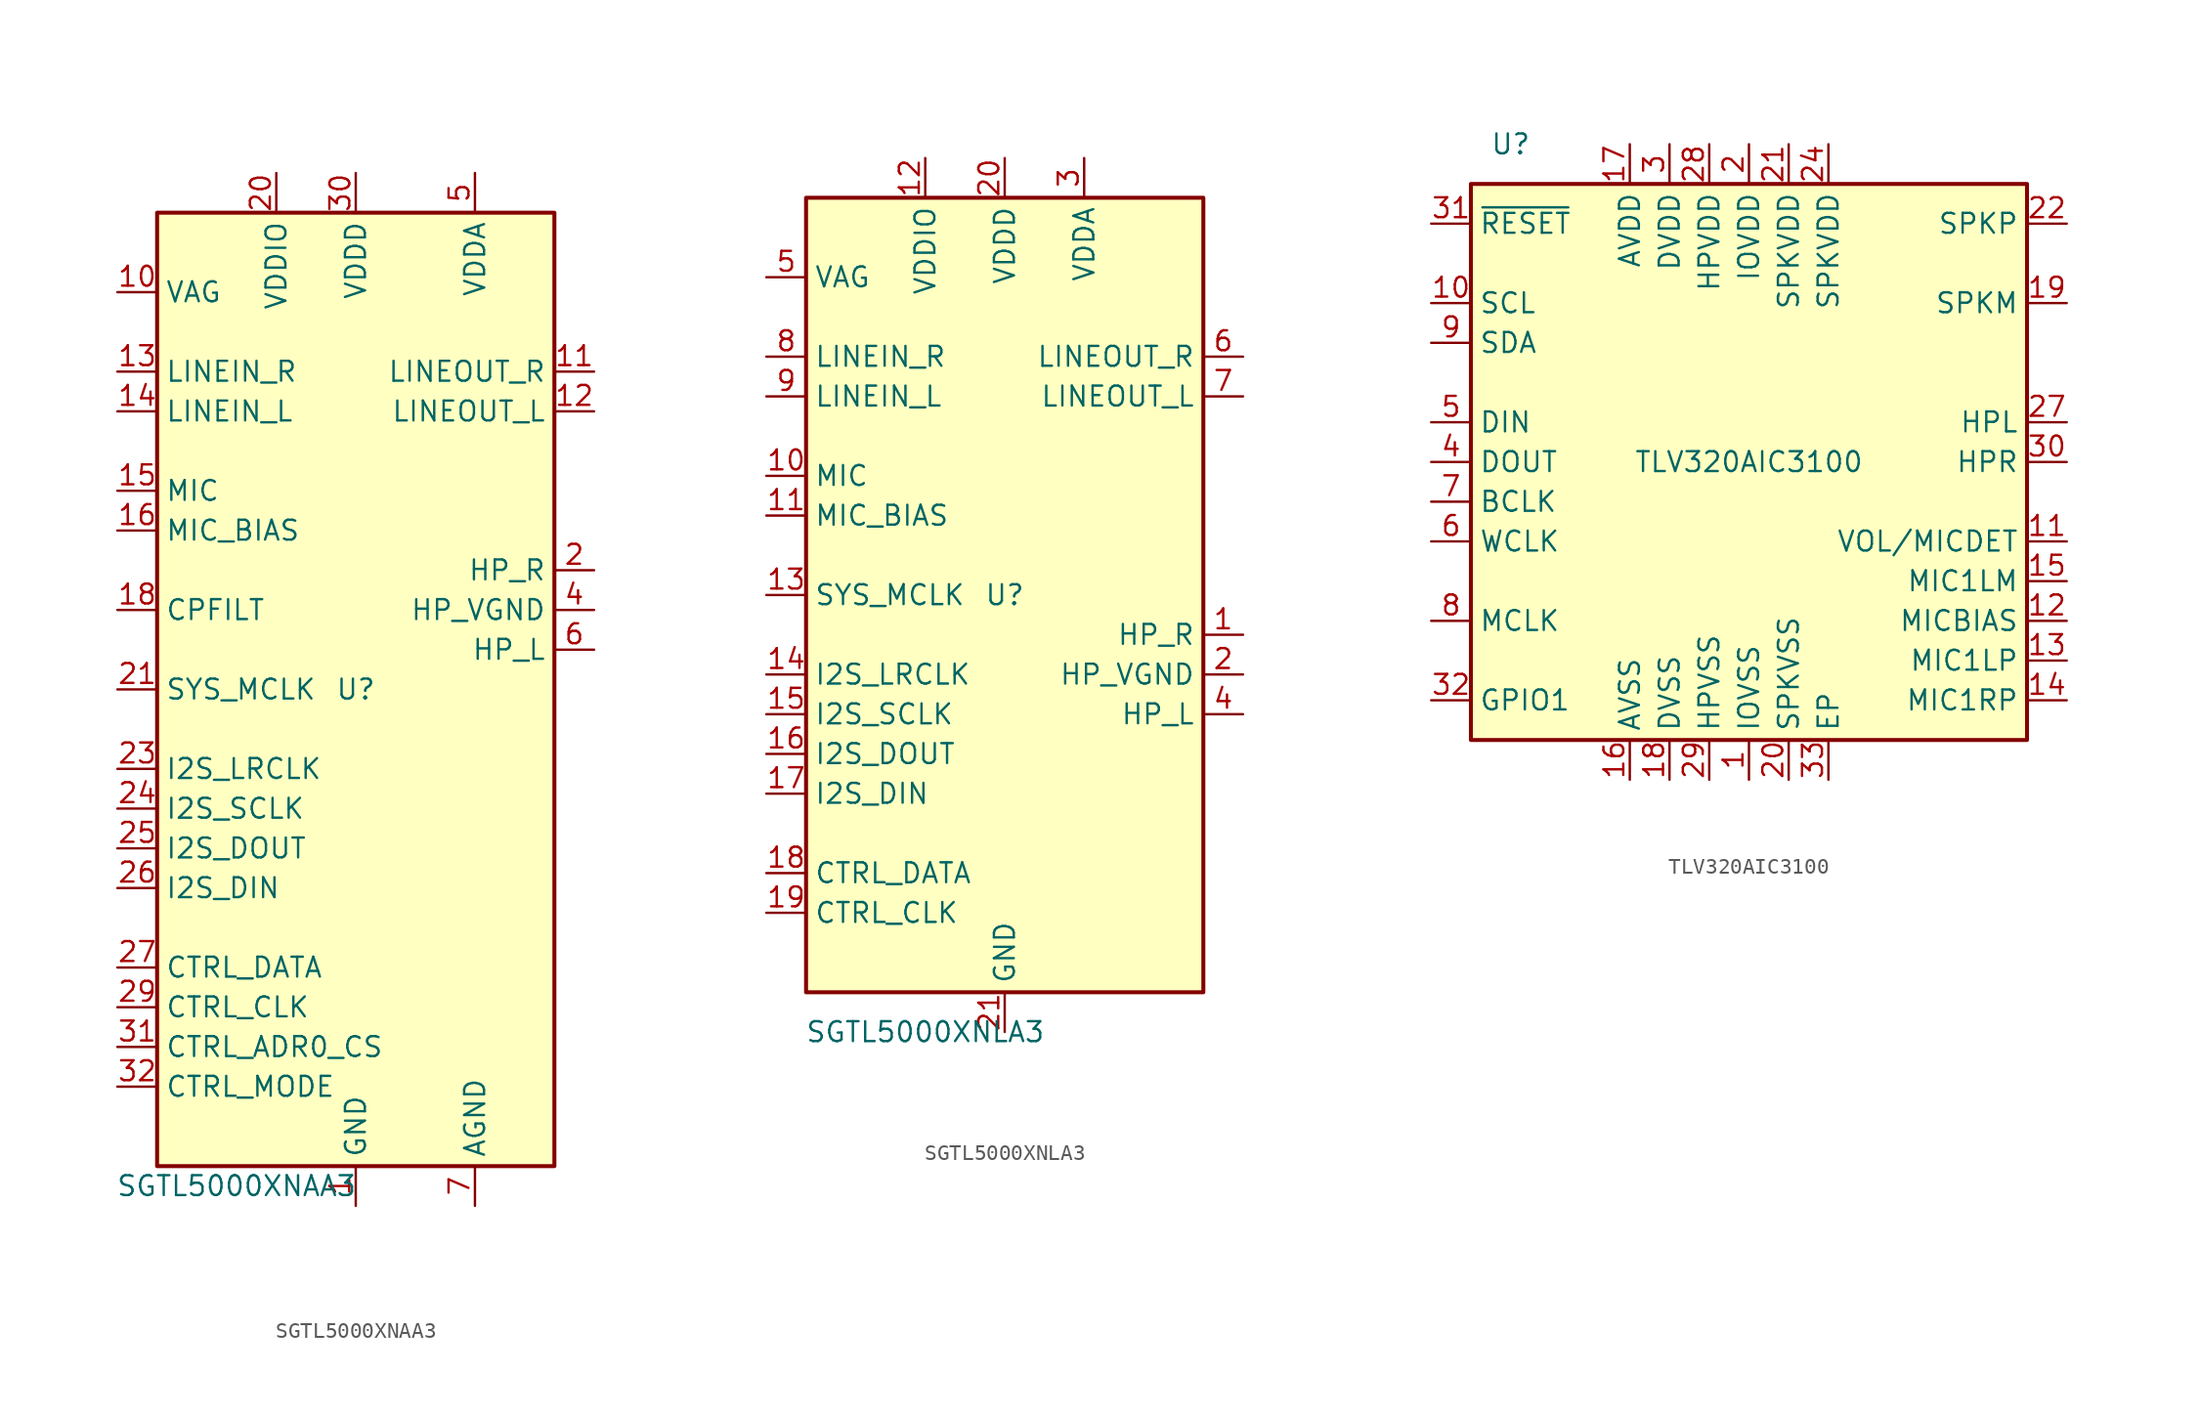
<source format=kicad_sym>
(kicad_symbol_lib
  (version 20201005)
  (generator kicad_symbol_editor)
  (symbol "SGTL5000XNAA3"
    (property "Reference" "U"
      (at 0 0 0)
      (effects (font (size 1.27 1.27))))
    (property "Value" "SGTL5000XNAA3"
      (at -7.62 -31.75 0)
      (effects (font (size 1.27 1.27))))
    (symbol "SGTL5000XNAA3_0_1"
      (rectangle (start -12.7 30.48) (end 12.7 -30.48) (stroke (width 0.254)) (fill (type background))))
    (symbol "SGTL5000XNAA3_1_1"
      (pin power_in line (at 0 -33.02 90) (length 2.54) (name "GND" (effects (font (size 1.27 1.27)))) (number "1" (effects (font (size 1.27 1.27)))))
      (pin passive line (at -15.24 25.4 0) (length 2.54) (name "VAG" (effects (font (size 1.27 1.27)))) (number "10" (effects (font (size 1.27 1.27)))))
      (pin output line (at 15.24 20.32 180) (length 2.54) (name "LINEOUT_R" (effects (font (size 1.27 1.27)))) (number "11" (effects (font (size 1.27 1.27)))))
      (pin output line (at 15.24 17.78 180) (length 2.54) (name "LINEOUT_L" (effects (font (size 1.27 1.27)))) (number "12" (effects (font (size 1.27 1.27)))))
      (pin input line (at -15.24 20.32 0) (length 2.54) (name "LINEIN_R" (effects (font (size 1.27 1.27)))) (number "13" (effects (font (size 1.27 1.27)))))
      (pin input line (at -15.24 17.78 0) (length 2.54) (name "LINEIN_L" (effects (font (size 1.27 1.27)))) (number "14" (effects (font (size 1.27 1.27)))))
      (pin input line (at -15.24 12.7 0) (length 2.54) (name "MIC" (effects (font (size 1.27 1.27)))) (number "15" (effects (font (size 1.27 1.27)))))
      (pin input line (at -15.24 10.16 0) (length 2.54) (name "MIC_BIAS" (effects (font (size 1.27 1.27)))) (number "16" (effects (font (size 1.27 1.27)))))
      (pin no_connect line (at 10.16 -20.32 0) (length 2.54) hide (name "NC" (effects (font (size 1.27 1.27)))) (number "17" (effects (font (size 1.27 1.27)))))
      (pin input line (at -15.24 5.08 0) (length 2.54) (name "CPFILT" (effects (font (size 1.27 1.27)))) (number "18" (effects (font (size 1.27 1.27)))))
      (pin no_connect line (at 10.16 -2.54 0) (length 2.54) hide (name "NC" (effects (font (size 1.27 1.27)))) (number "19" (effects (font (size 1.27 1.27)))))
      (pin output line (at 15.24 7.62 180) (length 2.54) (name "HP_R" (effects (font (size 1.27 1.27)))) (number "2" (effects (font (size 1.27 1.27)))))
      (pin power_in line (at -5.08 33.02 270) (length 2.54) (name "VDDIO" (effects (font (size 1.27 1.27)))) (number "20" (effects (font (size 1.27 1.27)))))
      (pin input line (at -15.24 0 0) (length 2.54) (name "SYS_MCLK" (effects (font (size 1.27 1.27)))) (number "21" (effects (font (size 1.27 1.27)))))
      (pin no_connect line (at 10.16 -5.08 0) (length 2.54) hide (name "NC" (effects (font (size 1.27 1.27)))) (number "22" (effects (font (size 1.27 1.27)))))
      (pin input line (at -15.24 -5.08 0) (length 2.54) (name "I2S_LRCLK" (effects (font (size 1.27 1.27)))) (number "23" (effects (font (size 1.27 1.27)))))
      (pin input line (at -15.24 -7.62 0) (length 2.54) (name "I2S_SCLK" (effects (font (size 1.27 1.27)))) (number "24" (effects (font (size 1.27 1.27)))))
      (pin output line (at -15.24 -10.16 0) (length 2.54) (name "I2S_DOUT" (effects (font (size 1.27 1.27)))) (number "25" (effects (font (size 1.27 1.27)))))
      (pin input line (at -15.24 -12.7 0) (length 2.54) (name "I2S_DIN" (effects (font (size 1.27 1.27)))) (number "26" (effects (font (size 1.27 1.27)))))
      (pin input line (at -15.24 -17.78 0) (length 2.54) (name "CTRL_DATA" (effects (font (size 1.27 1.27)))) (number "27" (effects (font (size 1.27 1.27)))))
      (pin no_connect line (at 10.16 -7.62 0) (length 2.54) hide (name "NC" (effects (font (size 1.27 1.27)))) (number "28" (effects (font (size 1.27 1.27)))))
      (pin input line (at -15.24 -20.32 0) (length 2.54) (name "CTRL_CLK" (effects (font (size 1.27 1.27)))) (number "29" (effects (font (size 1.27 1.27)))))
      (pin passive line (at 0 -33.02 90) (length 2.54) hide (name "GND" (effects (font (size 1.27 1.27)))) (number "3" (effects (font (size 1.27 1.27)))))
      (pin power_in line (at 0 33.02 270) (length 2.54) (name "VDDD" (effects (font (size 1.27 1.27)))) (number "30" (effects (font (size 1.27 1.27)))))
      (pin input line (at -15.24 -22.86 0) (length 2.54) (name "CTRL_ADR0_CS" (effects (font (size 1.27 1.27)))) (number "31" (effects (font (size 1.27 1.27)))))
      (pin input line (at -15.24 -25.4 0) (length 2.54) (name "CTRL_MODE" (effects (font (size 1.27 1.27)))) (number "32" (effects (font (size 1.27 1.27)))))
      (pin passive line (at 0 -33.02 90) (length 2.54) hide (name "GND" (effects (font (size 1.27 1.27)))) (number "33" (effects (font (size 1.27 1.27)))))
      (pin power_out line (at 15.24 5.08 180) (length 2.54) (name "HP_VGND" (effects (font (size 1.27 1.27)))) (number "4" (effects (font (size 1.27 1.27)))))
      (pin power_in line (at 7.62 33.02 270) (length 2.54) (name "VDDA" (effects (font (size 1.27 1.27)))) (number "5" (effects (font (size 1.27 1.27)))))
      (pin output line (at 15.24 2.54 180) (length 2.54) (name "HP_L" (effects (font (size 1.27 1.27)))) (number "6" (effects (font (size 1.27 1.27)))))
      (pin power_in line (at 7.62 -33.02 90) (length 2.54) (name "AGND" (effects (font (size 1.27 1.27)))) (number "7" (effects (font (size 1.27 1.27)))))
      (pin no_connect line (at 10.16 -15.24 0) (length 2.54) hide (name "NC" (effects (font (size 1.27 1.27)))) (number "8" (effects (font (size 1.27 1.27)))))
      (pin no_connect line (at 10.16 -17.78 0) (length 2.54) hide (name "NC" (effects (font (size 1.27 1.27)))) (number "9" (effects (font (size 1.27 1.27)))))))
  (symbol "SGTL5000XNLA3"
    (property "Reference" "U"
      (at 0 0 0)
      (effects (font (size 1.27 1.27))))
    (property "Value" "SGTL5000XNLA3"
      (at -5.08 -27.94 0)
      (effects (font (size 1.27 1.27))))
    (symbol "SGTL5000XNLA3_0_1"
      (rectangle (start -12.7 25.4) (end 12.7 -25.4) (stroke (width 0.254)) (fill (type background))))
    (symbol "SGTL5000XNLA3_1_1"
      (pin output line (at 15.24 -2.54 180) (length 2.54) (name "HP_R" (effects (font (size 1.27 1.27)))) (number "1" (effects (font (size 1.27 1.27)))))
      (pin input line (at -15.24 7.62 0) (length 2.54) (name "MIC" (effects (font (size 1.27 1.27)))) (number "10" (effects (font (size 1.27 1.27)))))
      (pin input line (at -15.24 5.08 0) (length 2.54) (name "MIC_BIAS" (effects (font (size 1.27 1.27)))) (number "11" (effects (font (size 1.27 1.27)))))
      (pin power_in line (at -5.08 27.94 270) (length 2.54) (name "VDDIO" (effects (font (size 1.27 1.27)))) (number "12" (effects (font (size 1.27 1.27)))))
      (pin input line (at -15.24 0 0) (length 2.54) (name "SYS_MCLK" (effects (font (size 1.27 1.27)))) (number "13" (effects (font (size 1.27 1.27)))))
      (pin input line (at -15.24 -5.08 0) (length 2.54) (name "I2S_LRCLK" (effects (font (size 1.27 1.27)))) (number "14" (effects (font (size 1.27 1.27)))))
      (pin input line (at -15.24 -7.62 0) (length 2.54) (name "I2S_SCLK" (effects (font (size 1.27 1.27)))) (number "15" (effects (font (size 1.27 1.27)))))
      (pin output line (at -15.24 -10.16 0) (length 2.54) (name "I2S_DOUT" (effects (font (size 1.27 1.27)))) (number "16" (effects (font (size 1.27 1.27)))))
      (pin input line (at -15.24 -12.7 0) (length 2.54) (name "I2S_DIN" (effects (font (size 1.27 1.27)))) (number "17" (effects (font (size 1.27 1.27)))))
      (pin input line (at -15.24 -17.78 0) (length 2.54) (name "CTRL_DATA" (effects (font (size 1.27 1.27)))) (number "18" (effects (font (size 1.27 1.27)))))
      (pin input line (at -15.24 -20.32 0) (length 2.54) (name "CTRL_CLK" (effects (font (size 1.27 1.27)))) (number "19" (effects (font (size 1.27 1.27)))))
      (pin power_out line (at 15.24 -5.08 180) (length 2.54) (name "HP_VGND" (effects (font (size 1.27 1.27)))) (number "2" (effects (font (size 1.27 1.27)))))
      (pin power_in line (at 0 27.94 270) (length 2.54) (name "VDDD" (effects (font (size 1.27 1.27)))) (number "20" (effects (font (size 1.27 1.27)))))
      (pin power_in line (at 0 -27.94 90) (length 2.54) (name "GND" (effects (font (size 1.27 1.27)))) (number "21" (effects (font (size 1.27 1.27)))))
      (pin power_in line (at 5.08 27.94 270) (length 2.54) (name "VDDA" (effects (font (size 1.27 1.27)))) (number "3" (effects (font (size 1.27 1.27)))))
      (pin output line (at 15.24 -7.62 180) (length 2.54) (name "HP_L" (effects (font (size 1.27 1.27)))) (number "4" (effects (font (size 1.27 1.27)))))
      (pin passive line (at -15.24 20.32 0) (length 2.54) (name "VAG" (effects (font (size 1.27 1.27)))) (number "5" (effects (font (size 1.27 1.27)))))
      (pin output line (at 15.24 15.24 180) (length 2.54) (name "LINEOUT_R" (effects (font (size 1.27 1.27)))) (number "6" (effects (font (size 1.27 1.27)))))
      (pin output line (at 15.24 12.7 180) (length 2.54) (name "LINEOUT_L" (effects (font (size 1.27 1.27)))) (number "7" (effects (font (size 1.27 1.27)))))
      (pin input line (at -15.24 15.24 0) (length 2.54) (name "LINEIN_R" (effects (font (size 1.27 1.27)))) (number "8" (effects (font (size 1.27 1.27)))))
      (pin input line (at -15.24 12.7 0) (length 2.54) (name "LINEIN_L" (effects (font (size 1.27 1.27)))) (number "9" (effects (font (size 1.27 1.27)))))))
  (symbol "TLV320AIC3100"
    (property "Reference" "U"
      (at -15.24 20.32 0)
      (effects (font (size 1.27 1.27))))
    (property "Value" "TLV320AIC3100"
      (at 0 0 0)
      (effects (font (size 1.27 1.27))))
    (symbol "TLV320AIC3100_0_1"
      (rectangle (start -17.78 17.78) (end 17.78 -17.78) (stroke (width 0.254)) (fill (type background))))
    (symbol "TLV320AIC3100_1_1"
      (pin power_in line (at 0 -20.32 90) (length 2.54) (name "IOVSS" (effects (font (size 1.27 1.27)))) (number "1" (effects (font (size 1.27 1.27)))))
      (pin input line (at -20.32 10.16 0) (length 2.54) (name "SCL" (effects (font (size 1.27 1.27)))) (number "10" (effects (font (size 1.27 1.27)))))
      (pin input line (at 20.32 -5.08 180) (length 2.54) (name "VOL/MICDET" (effects (font (size 1.27 1.27)))) (number "11" (effects (font (size 1.27 1.27)))))
      (pin power_out line (at 20.32 -10.16 180) (length 2.54) (name "MICBIAS" (effects (font (size 1.27 1.27)))) (number "12" (effects (font (size 1.27 1.27)))))
      (pin input line (at 20.32 -12.7 180) (length 2.54) (name "MIC1LP" (effects (font (size 1.27 1.27)))) (number "13" (effects (font (size 1.27 1.27)))))
      (pin input line (at 20.32 -15.24 180) (length 2.54) (name "MIC1RP" (effects (font (size 1.27 1.27)))) (number "14" (effects (font (size 1.27 1.27)))))
      (pin input line (at 20.32 -7.62 180) (length 2.54) (name "MIC1LM" (effects (font (size 1.27 1.27)))) (number "15" (effects (font (size 1.27 1.27)))))
      (pin power_in line (at -7.62 -20.32 90) (length 2.54) (name "AVSS" (effects (font (size 1.27 1.27)))) (number "16" (effects (font (size 1.27 1.27)))))
      (pin power_in line (at -7.62 20.32 270) (length 2.54) (name "AVDD" (effects (font (size 1.27 1.27)))) (number "17" (effects (font (size 1.27 1.27)))))
      (pin power_in line (at -5.08 -20.32 90) (length 2.54) (name "DVSS" (effects (font (size 1.27 1.27)))) (number "18" (effects (font (size 1.27 1.27)))))
      (pin output line (at 20.32 10.16 180) (length 2.54) (name "SPKM" (effects (font (size 1.27 1.27)))) (number "19" (effects (font (size 1.27 1.27)))))
      (pin power_in line (at 0 20.32 270) (length 2.54) (name "IOVDD" (effects (font (size 1.27 1.27)))) (number "2" (effects (font (size 1.27 1.27)))))
      (pin power_in line (at 2.54 -20.32 90) (length 2.54) (name "SPKVSS" (effects (font (size 1.27 1.27)))) (number "20" (effects (font (size 1.27 1.27)))))
      (pin power_in line (at 2.54 20.32 270) (length 2.54) (name "SPKVDD" (effects (font (size 1.27 1.27)))) (number "21" (effects (font (size 1.27 1.27)))))
      (pin output line (at 20.32 15.24 180) (length 2.54) (name "SPKP" (effects (font (size 1.27 1.27)))) (number "22" (effects (font (size 1.27 1.27)))))
      (pin passive line (at 20.32 10.16 180) (length 2.54) hide (name "SPKM" (effects (font (size 1.27 1.27)))) (number "23" (effects (font (size 1.27 1.27)))))
      (pin power_in line (at 5.08 20.32 270) (length 2.54) (name "SPKVDD" (effects (font (size 1.27 1.27)))) (number "24" (effects (font (size 1.27 1.27)))))
      (pin passive line (at 2.54 -20.32 90) (length 2.54) hide (name "SPKVSS" (effects (font (size 1.27 1.27)))) (number "25" (effects (font (size 1.27 1.27)))))
      (pin passive line (at 20.32 15.24 180) (length 2.54) hide (name "SPKP" (effects (font (size 1.27 1.27)))) (number "26" (effects (font (size 1.27 1.27)))))
      (pin output line (at 20.32 2.54 180) (length 2.54) (name "HPL" (effects (font (size 1.27 1.27)))) (number "27" (effects (font (size 1.27 1.27)))))
      (pin power_in line (at -2.54 20.32 270) (length 2.54) (name "HPVDD" (effects (font (size 1.27 1.27)))) (number "28" (effects (font (size 1.27 1.27)))))
      (pin power_in line (at -2.54 -20.32 90) (length 2.54) (name "HPVSS" (effects (font (size 1.27 1.27)))) (number "29" (effects (font (size 1.27 1.27)))))
      (pin power_in line (at -5.08 20.32 270) (length 2.54) (name "DVDD" (effects (font (size 1.27 1.27)))) (number "3" (effects (font (size 1.27 1.27)))))
      (pin output line (at 20.32 0 180) (length 2.54) (name "HPR" (effects (font (size 1.27 1.27)))) (number "30" (effects (font (size 1.27 1.27)))))
      (pin input line (at -20.32 15.24 0) (length 2.54) (name "~RESET" (effects (font (size 1.27 1.27)))) (number "31" (effects (font (size 1.27 1.27)))))
      (pin bidirectional line (at -20.32 -15.24 0) (length 2.54) (name "GPIO1" (effects (font (size 1.27 1.27)))) (number "32" (effects (font (size 1.27 1.27)))))
      (pin power_in line (at 5.08 -20.32 90) (length 2.54) (name "EP" (effects (font (size 1.27 1.27)))) (number "33" (effects (font (size 1.27 1.27)))))
      (pin output line (at -20.32 0 0) (length 2.54) (name "DOUT" (effects (font (size 1.27 1.27)))) (number "4" (effects (font (size 1.27 1.27)))))
      (pin input line (at -20.32 2.54 0) (length 2.54) (name "DIN" (effects (font (size 1.27 1.27)))) (number "5" (effects (font (size 1.27 1.27)))))
      (pin bidirectional line (at -20.32 -5.08 0) (length 2.54) (name "WCLK" (effects (font (size 1.27 1.27)))) (number "6" (effects (font (size 1.27 1.27)))))
      (pin bidirectional line (at -20.32 -2.54 0) (length 2.54) (name "BCLK" (effects (font (size 1.27 1.27)))) (number "7" (effects (font (size 1.27 1.27)))))
      (pin input line (at -20.32 -10.16 0) (length 2.54) (name "MCLK" (effects (font (size 1.27 1.27)))) (number "8" (effects (font (size 1.27 1.27)))))
      (pin bidirectional line (at -20.32 7.62 0) (length 2.54) (name "SDA" (effects (font (size 1.27 1.27)))) (number "9" (effects (font (size 1.27 1.27))))))))
</source>
